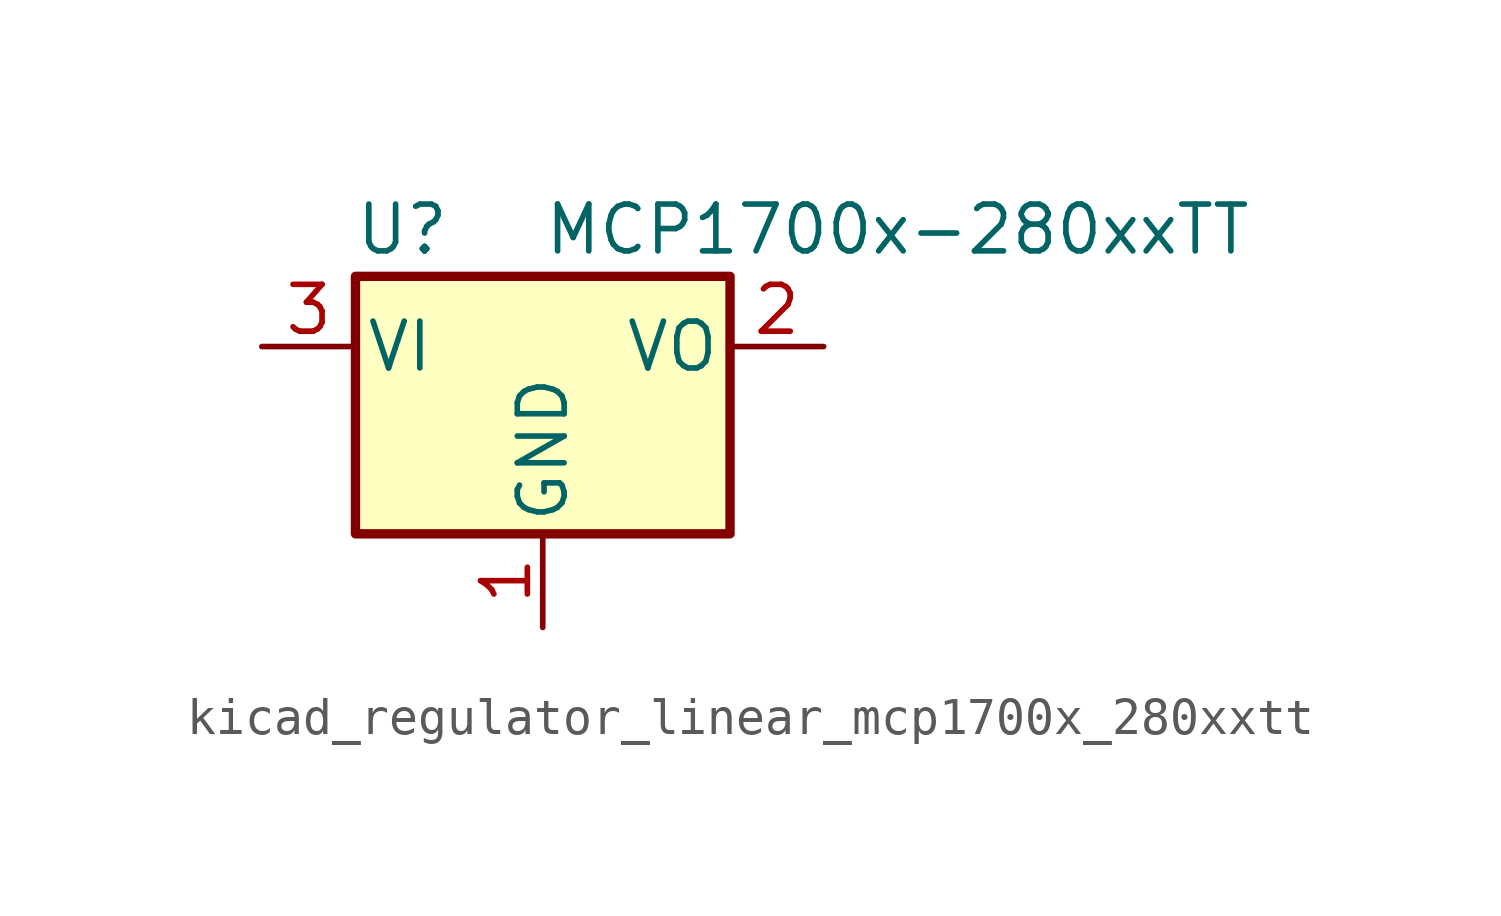
<source format=kicad_sym>
(kicad_symbol_lib
  (version 20220914)
  (generator kicad_symbol_editor)
  (symbol "kicad_regulator_linear_mcp1700x_280xxtt"
    (pin_names
      (offset 0.254))
    (property "Reference" "U"
      (at -3.81 3.175 0)
      (effects (font (size 1.27 1.27))))
    (property "Value" "MCP1700x-280xxTT"
      (at 0 3.175 0)
      (effects (font (size 1.27 1.27)) (justify left)))
    (symbol "kicad_regulator_linear_mcp1700x_280xxtt_0_1"
      (rectangle (start -5.08 1.905) (end 5.08 -5.08) (stroke (width 0.254) (type default)) (fill (type background))))
    (symbol "kicad_regulator_linear_mcp1700x_280xxtt_1_1"
      (pin power_in line (at 0 -7.62 90) (length 2.54) (name "GND" (effects (font (size 1.27 1.27)))) (number "1" (effects (font (size 1.27 1.27)))))
      (pin power_out line (at 7.62 0 180) (length 2.54) (name "VO" (effects (font (size 1.27 1.27)))) (number "2" (effects (font (size 1.27 1.27)))))
      (pin power_in line (at -7.62 0 0) (length 2.54) (name "VI" (effects (font (size 1.27 1.27)))) (number "3" (effects (font (size 1.27 1.27))))))))
</source>
